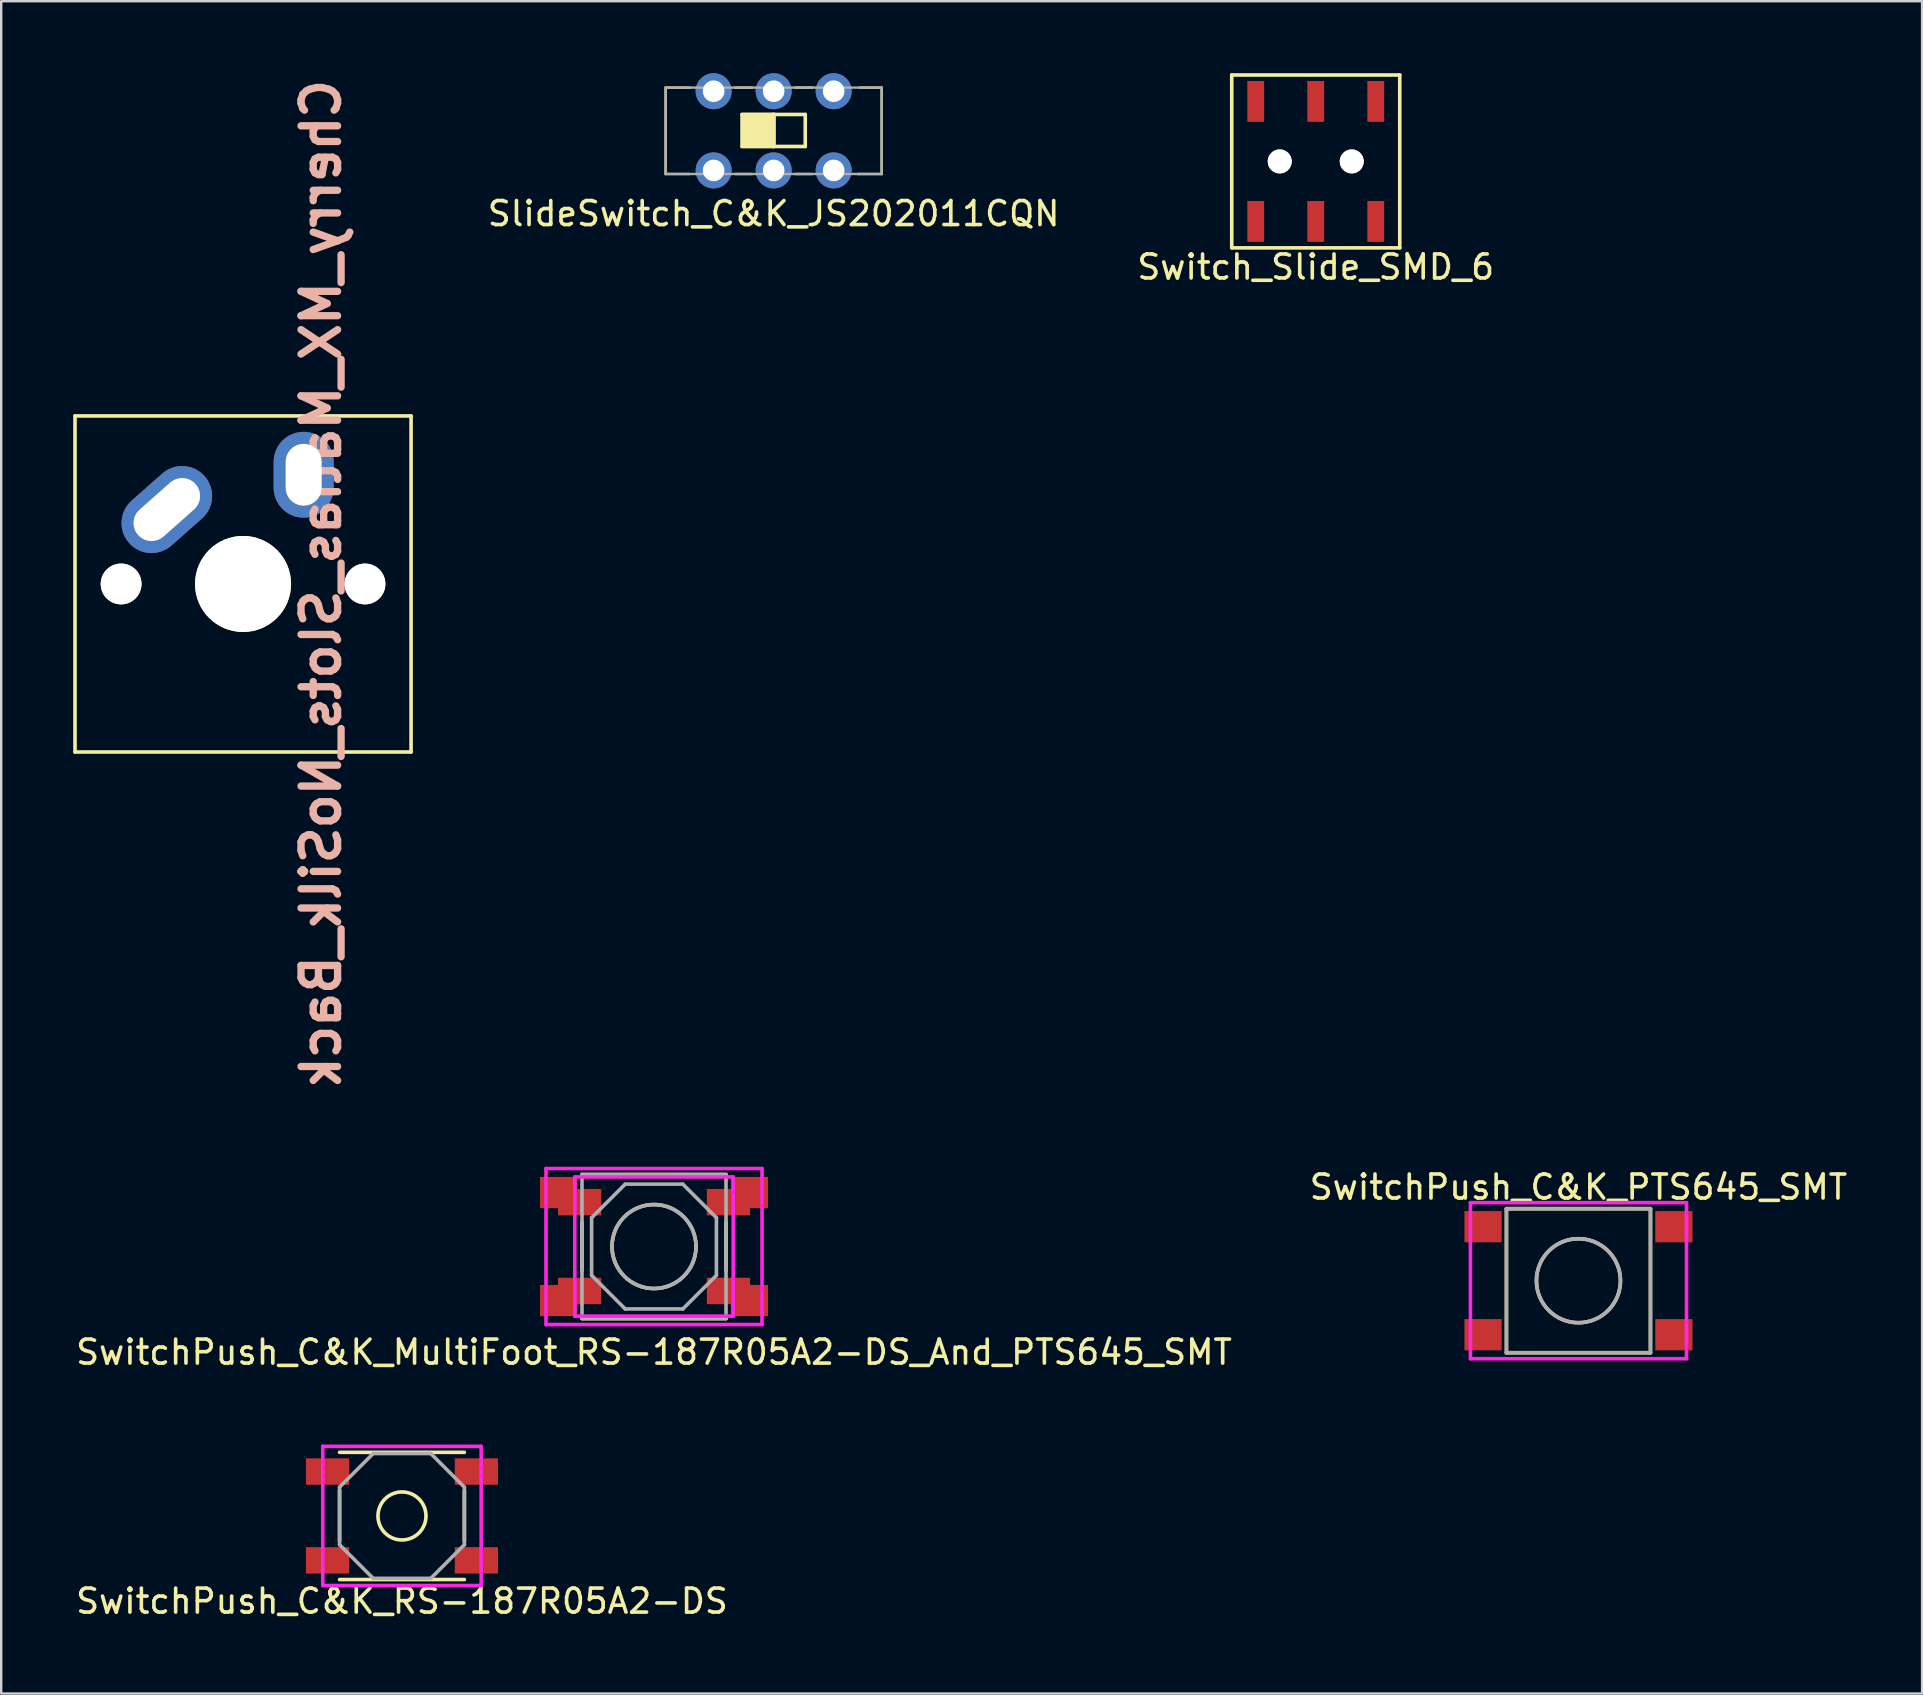
<source format=kicad_pcb>
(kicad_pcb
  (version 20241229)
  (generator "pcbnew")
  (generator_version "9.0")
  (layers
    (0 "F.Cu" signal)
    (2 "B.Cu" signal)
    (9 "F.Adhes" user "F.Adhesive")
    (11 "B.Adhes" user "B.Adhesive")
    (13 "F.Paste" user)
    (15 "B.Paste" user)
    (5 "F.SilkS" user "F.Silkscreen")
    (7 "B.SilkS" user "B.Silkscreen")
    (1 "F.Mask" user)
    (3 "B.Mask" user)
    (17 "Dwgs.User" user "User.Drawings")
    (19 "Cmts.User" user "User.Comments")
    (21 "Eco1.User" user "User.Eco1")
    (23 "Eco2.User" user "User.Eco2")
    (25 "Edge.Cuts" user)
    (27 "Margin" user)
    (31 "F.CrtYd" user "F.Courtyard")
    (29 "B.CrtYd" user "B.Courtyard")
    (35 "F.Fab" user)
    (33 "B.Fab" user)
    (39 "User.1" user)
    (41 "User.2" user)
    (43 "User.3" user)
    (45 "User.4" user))
  (footprint "SlideSwitch_C&K_JS202011CQN"
    (layer "F.Cu")
    (at 29.18 2.4)
    (property "Reference" "SlideSwitch_C&K_JS202011CQN" (at 0 3.45 0) (layer "F.SilkS") (effects (font (size 1 1) (thickness 0.15))))
    (attr through_hole)
    (fp_line (start -4.5 -1.8) (end -4.5 1.8) (stroke (width 0.1) (type solid)) (layer "F.SilkS"))
    (fp_line (start -4.5 1.8) (end -3.5 1.8) (stroke (width 0.1) (type solid)) (layer "F.SilkS"))
    (fp_line (start -3.5 -1.8) (end -4.5 -1.8) (stroke (width 0.1) (type solid)) (layer "F.SilkS"))
    (fp_line (start -1.6 -1.8) (end -0.9 -1.8) (stroke (width 0.1) (type solid)) (layer "F.SilkS"))
    (fp_line (start -0.9 1.8) (end -1.6 1.8) (stroke (width 0.1) (type solid)) (layer "F.SilkS"))
    (fp_line (start 0.9 -1.8) (end 1.6 -1.8) (stroke (width 0.1) (type solid)) (layer "F.SilkS"))
    (fp_line (start 1.6 1.8) (end 0.9 1.8) (stroke (width 0.1) (type solid)) (layer "F.SilkS"))
    (fp_line (start 3.5 1.8) (end 4.5 1.8) (stroke (width 0.1) (type solid)) (layer "F.SilkS"))
    (fp_line (start 4.5 -1.8) (end 3.6 -1.8) (stroke (width 0.1) (type solid)) (layer "F.SilkS"))
    (fp_line (start 4.5 1.8) (end 4.5 -1.8) (stroke (width 0.1) (type solid)) (layer "F.SilkS"))
    (fp_line (start -4.5 -1.8) (end -4.5 1.8) (stroke (width 0.1) (type solid)) (layer "F.Fab"))
    (fp_line (start -4.5 1.8) (end 4.5 1.8) (stroke (width 0.1) (type solid)) (layer "F.Fab"))
    (fp_line (start 4.5 -1.8) (end -4.5 -1.8) (stroke (width 0.1) (type solid)) (layer "F.Fab"))
    (fp_line (start 4.5 1.8) (end 4.5 -1.8) (stroke (width 0.1) (type solid)) (layer "F.Fab"))
    (fp_text user "■" (at -0.65 -0.15 0) (layer "F.SilkS") (effects (font (size 1.75 1.75) (thickness 0.15))))
    (fp_text user "□" (at 0.65 -0.15 0) (layer "F.SilkS") (effects (font (size 1.75 1.75) (thickness 0.15))))
    (pad "1" thru_hole circle (at -2.5 1.65) (size 1.5 1.5) (drill 0.9) (layers "*.Cu" "*.Mask"))
    (pad "2" thru_hole circle (at 0 1.65) (size 1.5 1.5) (drill 0.9) (layers "*.Cu" "*.Mask"))
    (pad "3" thru_hole circle (at 2.5 1.65) (size 1.5 1.5) (drill 0.9) (layers "*.Cu" "*.Mask"))
    (pad "4" thru_hole circle (at -2.5 -1.65) (size 1.5 1.5) (drill 0.9) (layers "*.Cu" "*.Mask"))
    (pad "5" thru_hole circle (at 0 -1.65) (size 1.5 1.5) (drill 0.9) (layers "*.Cu" "*.Mask"))
    (pad "6" thru_hole circle (at 2.5 -1.65) (size 1.5 1.5) (drill 0.9) (layers "*.Cu" "*.Mask")))
  (footprint "SwitchPush_C&K_PTS645_SMT"
    (layer "F.Cu")
    (at 62.708 50.304)
    (property "Reference" "SwitchPush_C&K_PTS645_SMT" (at 0 -3.9 0) (layer "F.SilkS") (effects (font (size 1 1) (thickness 0.15))))
    (attr through_hole)
    (fp_line (start -3 -3) (end -3 3) (stroke (width 0.15) (type solid)) (layer "F.SilkS"))
    (fp_line (start -3 3) (end 3 3) (stroke (width 0.15) (type solid)) (layer "F.SilkS"))
    (fp_line (start 3 -3) (end -3 -3) (stroke (width 0.15) (type solid)) (layer "F.SilkS"))
    (fp_line (start 3 3) (end 3 -3) (stroke (width 0.15) (type solid)) (layer "F.SilkS"))
    (fp_circle (center 0 0) (end 1.75 0) (stroke (width 0.15) (type solid)) (fill no) (layer "F.SilkS"))
    (fp_line (start -4.5 -3.25) (end -4.5 3.25) (stroke (width 0.15) (type solid)) (layer "F.CrtYd"))
    (fp_line (start -4.5 3.25) (end 4.5 3.25) (stroke (width 0.15) (type solid)) (layer "F.CrtYd"))
    (fp_line (start 4.5 -3.25) (end -4.5 -3.25) (stroke (width 0.15) (type solid)) (layer "F.CrtYd"))
    (fp_line (start 4.5 3.25) (end 4.5 -3.25) (stroke (width 0.15) (type solid)) (layer "F.CrtYd"))
    (fp_line (start -3 -3) (end 3 -3) (stroke (width 0.15) (type solid)) (layer "F.Fab"))
    (fp_line (start -3 3) (end -3 -3) (stroke (width 0.15) (type solid)) (layer "F.Fab"))
    (fp_line (start 3 -3) (end 3 3) (stroke (width 0.15) (type solid)) (layer "F.Fab"))
    (fp_line (start 3 3) (end -3 3) (stroke (width 0.15) (type solid)) (layer "F.Fab"))
    (fp_circle (center 0 0) (end 1.75 0) (stroke (width 0.15) (type solid)) (fill no) (layer "F.Fab"))
    (pad "1" smd rect (at -3.975 -2.25) (size 1.55 1.3) (layers "F.Cu" "F.Mask" "F.Paste"))
    (pad "2" smd rect (at 3.975 -2.25) (size 1.55 1.3) (layers "F.Cu" "F.Mask" "F.Paste"))
    (pad "3" smd rect (at -3.975 2.25) (size 1.55 1.3) (layers "F.Cu" "F.Mask" "F.Paste"))
    (pad "4" smd rect (at 3.975 2.25) (size 1.55 1.3) (layers "F.Cu" "F.Mask" "F.Paste")))
  (footprint "Cherry_MX_Matias_Slots_NoSilk_Back"
    (layer "F.Cu")
    (at 7.075 21.278)
    (property "Reference" "Cherry_MX_Matias_Slots_NoSilk_Back" (at 3.25 0 90) (layer "B.SilkS") (effects (font (size 1.524 1.524) (thickness 0.305)) (justify mirror)))
    (attr through_hole)
    (fp_line (start -7 -7) (end 7 -7) (stroke (width 0.15) (type solid)) (layer "F.SilkS"))
    (fp_line (start -7 7) (end -7 -7) (stroke (width 0.15) (type solid)) (layer "F.SilkS"))
    (fp_line (start 7 -7) (end 7 7) (stroke (width 0.15) (type solid)) (layer "F.SilkS"))
    (fp_line (start 7 7) (end -7 7) (stroke (width 0.15) (type solid)) (layer "F.SilkS"))
    (pad "" np_thru_hole circle (at -5.08 0) (size 1.7 1.7) (drill 1.7) (layers "*.Cu" "*.Mask" "F.SilkS"))
    (pad "" np_thru_hole circle (at 0 0) (size 4 4) (drill 4) (layers "*.Cu" "*.Mask" "F.SilkS"))
    (pad "" np_thru_hole circle (at 5.08 0) (size 1.7 1.7) (drill 1.7) (layers "*.Cu" "*.Mask" "F.SilkS"))
    (pad "1" thru_hole oval (at -3.175 -3.1 311.5) (size 2.5 4.2) (drill oval 1.5 3.2) (layers "*.Cu" "*.Mask"))
    (pad "2" thru_hole oval (at 2.525 -4.55) (size 2.5 3.575) (drill oval 1.5 2.575) (layers "*.Cu" "*.Mask")))
  (footprint "Switch_Slide_SMD_6"
    (layer "F.Cu")
    (at 51.763 3.675)
    (property "Reference" "Switch_Slide_SMD_6" (at 0 4.4 0) (layer "F.SilkS") (effects (font (size 1 1) (thickness 0.15))))
    (attr through_hole)
    (fp_line (start -3.5 -3.6) (end -3.5 3.6) (stroke (width 0.15) (type solid)) (layer "F.SilkS"))
    (fp_line (start -3.5 -3.6) (end 3.5 -3.6) (stroke (width 0.15) (type solid)) (layer "F.SilkS"))
    (fp_line (start -3.5 3.6) (end 3.5 3.6) (stroke (width 0.15) (type solid)) (layer "F.SilkS"))
    (fp_line (start 3.5 3.6) (end 3.5 -3.6) (stroke (width 0.15) (type solid)) (layer "F.SilkS"))
    (pad "" np_thru_hole circle (at -1.5 0) (size 1 1) (drill 1) (layers "*.Cu" "*.Mask" "F.SilkS"))
    (pad "" np_thru_hole circle (at 1.5 0) (size 1 1) (drill 1) (layers "*.Cu" "*.Mask" "F.SilkS"))
    (pad "1" smd rect (at -2.5 2.5) (size 0.7 1.7) (layers "F.Cu" "F.Mask" "F.Paste"))
    (pad "2" smd rect (at 0 2.5) (size 0.7 1.7) (layers "F.Cu" "F.Mask" "F.Paste"))
    (pad "3" smd rect (at 2.5 2.5) (size 0.7 1.7) (layers "F.Cu" "F.Mask" "F.Paste"))
    (pad "4" smd rect (at -2.5 -2.5) (size 0.7 1.7) (layers "F.Cu" "F.Mask" "F.Paste"))
    (pad "5" smd rect (at 0 -2.5) (size 0.7 1.7) (layers "F.Cu" "F.Mask" "F.Paste"))
    (pad "6" smd rect (at 2.5 -2.5) (size 0.7 1.7) (layers "F.Cu" "F.Mask" "F.Paste")))
  (footprint "SwitchPush_C&K_MultiFoot_RS-187R05A2-DS_And_PTS645_SMT"
    (layer "F.Cu")
    (at 24.196 48.881)
    (property "Reference" "SwitchPush_C&K_MultiFoot_RS-187R05A2-DS_And_PTS645_SMT" (at 0 4.4 0) (layer "F.SilkS") (effects (font (size 1 1) (thickness 0.15))))
    (attr through_hole)
    (fp_line (start -3 -1) (end -3 1) (stroke (width 0.15) (type solid)) (layer "F.SilkS"))
    (fp_line (start -3 3) (end 3 3) (stroke (width 0.15) (type solid)) (layer "F.SilkS"))
    (fp_line (start 3 -3) (end -3 -3) (stroke (width 0.15) (type solid)) (layer "F.SilkS"))
    (fp_line (start 3 1) (end 3 -1) (stroke (width 0.15) (type solid)) (layer "F.SilkS"))
    (fp_circle (center 0 0) (end 1.75 0) (stroke (width 0.15) (type solid)) (fill no) (layer "F.SilkS"))
    (fp_line (start -4.5 -3.25) (end -4.5 3.25) (stroke (width 0.15) (type solid)) (layer "F.CrtYd"))
    (fp_line (start -4.5 3.25) (end 4.5 3.25) (stroke (width 0.15) (type solid)) (layer "F.CrtYd"))
    (fp_line (start -3.3 -2.9) (end -3.3 2.9) (stroke (width 0.15) (type solid)) (layer "F.CrtYd"))
    (fp_line (start -3.3 2.9) (end 3.3 2.9) (stroke (width 0.15) (type solid)) (layer "F.CrtYd"))
    (fp_line (start 3.3 -2.9) (end -3.3 -2.9) (stroke (width 0.15) (type solid)) (layer "F.CrtYd"))
    (fp_line (start 3.3 -2.9) (end 3.3 2.9) (stroke (width 0.15) (type solid)) (layer "F.CrtYd"))
    (fp_line (start 4.5 -3.25) (end -4.5 -3.25) (stroke (width 0.15) (type solid)) (layer "F.CrtYd"))
    (fp_line (start 4.5 3.25) (end 4.5 -3.25) (stroke (width 0.15) (type solid)) (layer "F.CrtYd"))
    (fp_line (start -3 -3) (end 3 -3) (stroke (width 0.15) (type solid)) (layer "F.Fab"))
    (fp_line (start -3 3) (end -3 -3) (stroke (width 0.15) (type solid)) (layer "F.Fab"))
    (fp_line (start -2.6 1.2) (end -2.6 -1.2) (stroke (width 0.15) (type solid)) (layer "F.Fab"))
    (fp_line (start -2.6 1.2) (end -1.2 2.6) (stroke (width 0.15) (type solid)) (layer "F.Fab"))
    (fp_line (start -1.2 -2.6) (end -2.6 -1.2) (stroke (width 0.15) (type solid)) (layer "F.Fab"))
    (fp_line (start -1.2 2.6) (end 1.2 2.6) (stroke (width 0.15) (type solid)) (layer "F.Fab"))
    (fp_line (start 1.2 -2.6) (end -1.2 -2.6) (stroke (width 0.15) (type solid)) (layer "F.Fab"))
    (fp_line (start 1.2 2.6) (end 2.6 1.2) (stroke (width 0.15) (type solid)) (layer "F.Fab"))
    (fp_line (start 2.6 -1.2) (end 1.2 -2.6) (stroke (width 0.15) (type solid)) (layer "F.Fab"))
    (fp_line (start 2.6 1.2) (end 2.6 -1.2) (stroke (width 0.15) (type solid)) (layer "F.Fab"))
    (fp_line (start 3 -3) (end 3 3) (stroke (width 0.15) (type solid)) (layer "F.Fab"))
    (fp_line (start 3 3) (end -3 3) (stroke (width 0.15) (type solid)) (layer "F.Fab"))
    (fp_circle (center 0 0) (end 1.75 0) (stroke (width 0.15) (type solid)) (fill no) (layer "F.Fab"))
    (pad "1" smd rect (at -3.975 -2.25) (size 1.55 1.3) (layers "F.Cu" "F.Mask" "F.Paste"))
    (pad "1" smd rect (at -3.1 -1.85) (size 1.8 1.1) (layers "F.Cu" "F.Mask" "F.Paste"))
    (pad "1" smd rect (at 3.1 -1.85) (size 1.8 1.1) (layers "F.Cu" "F.Mask" "F.Paste"))
    (pad "1" smd rect (at 3.975 -2.25) (size 1.55 1.3) (layers "F.Cu" "F.Mask" "F.Paste"))
    (pad "2" smd rect (at -3.975 2.25) (size 1.55 1.3) (layers "F.Cu" "F.Mask" "F.Paste"))
    (pad "2" smd rect (at -3.1 1.85) (size 1.8 1.1) (layers "F.Cu" "F.Mask" "F.Paste"))
    (pad "2" smd rect (at 3.1 1.85) (size 1.8 1.1) (layers "F.Cu" "F.Mask" "F.Paste"))
    (pad "2" smd rect (at 3.975 2.25) (size 1.55 1.3) (layers "F.Cu" "F.Mask" "F.Paste")))
  (footprint "SwitchPush_C&K_RS-187R05A2-DS"
    (layer "F.Cu")
    (at 13.696 60.104)
    (property "Reference" "SwitchPush_C&K_RS-187R05A2-DS" (at 0 3.55 0) (layer "F.SilkS") (effects (font (size 1 1) (thickness 0.15))))
    (attr through_hole)
    (fp_line (start -2.6 -1.05) (end -2.6 1.05) (stroke (width 0.15) (type solid)) (layer "F.SilkS"))
    (fp_line (start -2.6 2.65) (end 2.6 2.65) (stroke (width 0.15) (type solid)) (layer "F.SilkS"))
    (fp_line (start 2.6 -2.65) (end -2.6 -2.65) (stroke (width 0.15) (type solid)) (layer "F.SilkS"))
    (fp_line (start 2.6 1.05) (end 2.6 -1.05) (stroke (width 0.15) (type solid)) (layer "F.SilkS"))
    (fp_circle (center 0 0) (end 0 -1) (stroke (width 0.15) (type solid)) (fill no) (layer "F.SilkS"))
    (fp_line (start -3.3 -2.9) (end -3.3 2.9) (stroke (width 0.15) (type solid)) (layer "F.CrtYd"))
    (fp_line (start -3.3 2.9) (end 3.3 2.9) (stroke (width 0.15) (type solid)) (layer "F.CrtYd"))
    (fp_line (start 3.3 -2.9) (end -3.3 -2.9) (stroke (width 0.15) (type solid)) (layer "F.CrtYd"))
    (fp_line (start 3.3 -2.9) (end 3.3 2.9) (stroke (width 0.15) (type solid)) (layer "F.CrtYd"))
    (fp_line (start -2.6 1.2) (end -2.6 -1.2) (stroke (width 0.15) (type solid)) (layer "F.Fab"))
    (fp_line (start -2.6 1.2) (end -1.2 2.6) (stroke (width 0.15) (type solid)) (layer "F.Fab"))
    (fp_line (start -1.2 -2.6) (end -2.6 -1.2) (stroke (width 0.15) (type solid)) (layer "F.Fab"))
    (fp_line (start -1.2 2.6) (end 1.2 2.6) (stroke (width 0.15) (type solid)) (layer "F.Fab"))
    (fp_line (start 1.2 -2.6) (end -1.2 -2.6) (stroke (width 0.15) (type solid)) (layer "F.Fab"))
    (fp_line (start 1.2 2.6) (end 2.6 1.2) (stroke (width 0.15) (type solid)) (layer "F.Fab"))
    (fp_line (start 2.6 -1.2) (end 1.2 -2.6) (stroke (width 0.15) (type solid)) (layer "F.Fab"))
    (fp_line (start 2.6 1.2) (end 2.6 -1.2) (stroke (width 0.15) (type solid)) (layer "F.Fab"))
    (pad "1" smd rect (at -3.1 -1.85) (size 1.8 1.1) (layers "F.Cu" "F.Mask" "F.Paste"))
    (pad "1" smd rect (at 3.1 -1.85) (size 1.8 1.1) (layers "F.Cu" "F.Mask" "F.Paste"))
    (pad "2" smd rect (at -3.1 1.85) (size 1.8 1.1) (layers "F.Cu" "F.Mask" "F.Paste"))
    (pad "2" smd rect (at 3.1 1.85) (size 1.8 1.1) (layers "F.Cu" "F.Mask" "F.Paste")))
  (gr_rect
    (start -3 -3)
    (end 77.024 67.502)
    (stroke (width 0.1) (type default))
    (fill no)
    (layer "Edge.Cuts")))
</source>
